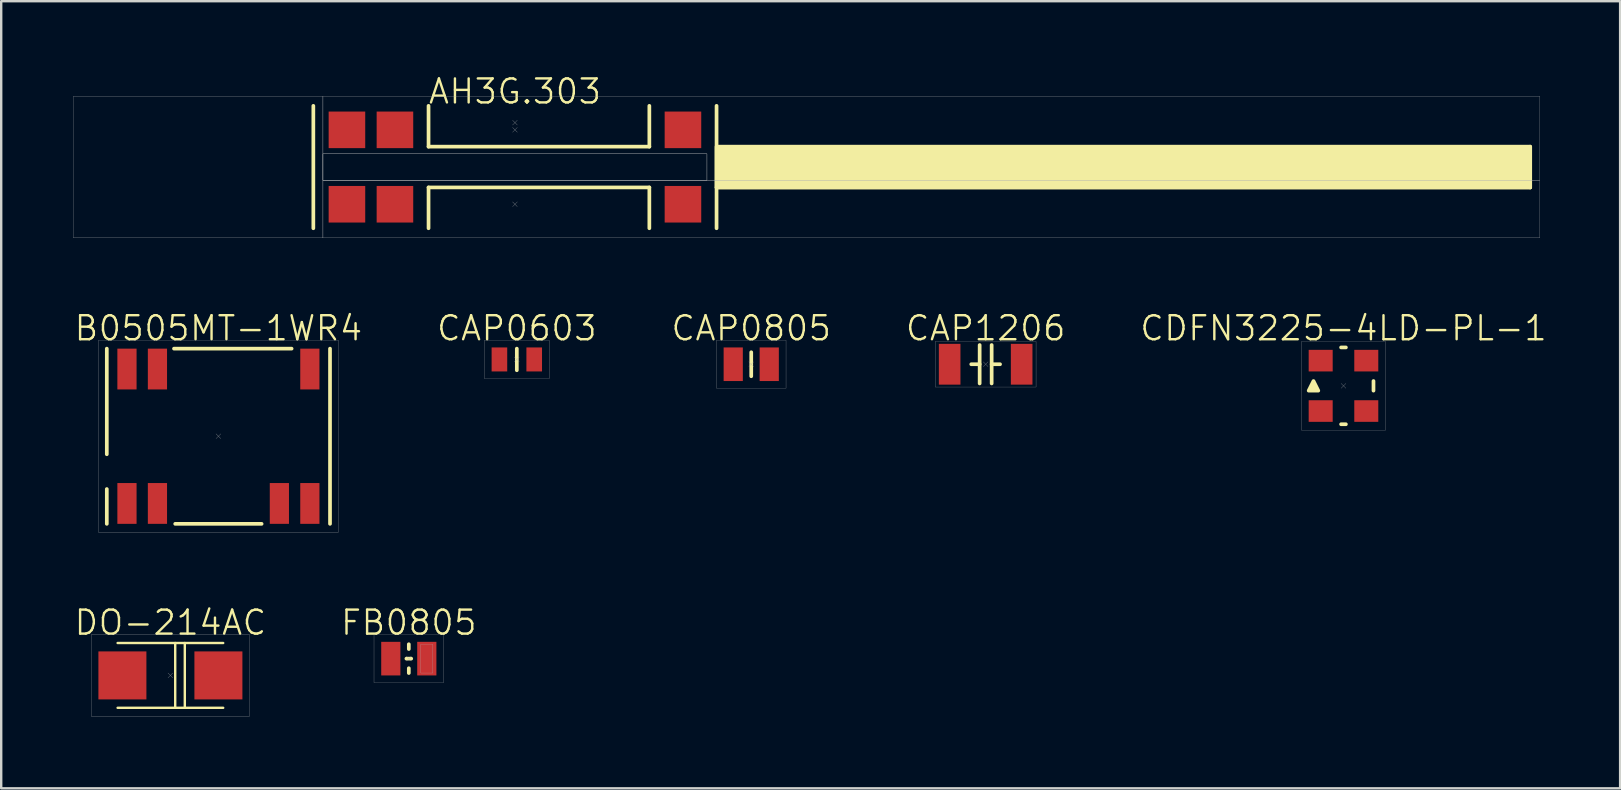
<source format=kicad_pcb>
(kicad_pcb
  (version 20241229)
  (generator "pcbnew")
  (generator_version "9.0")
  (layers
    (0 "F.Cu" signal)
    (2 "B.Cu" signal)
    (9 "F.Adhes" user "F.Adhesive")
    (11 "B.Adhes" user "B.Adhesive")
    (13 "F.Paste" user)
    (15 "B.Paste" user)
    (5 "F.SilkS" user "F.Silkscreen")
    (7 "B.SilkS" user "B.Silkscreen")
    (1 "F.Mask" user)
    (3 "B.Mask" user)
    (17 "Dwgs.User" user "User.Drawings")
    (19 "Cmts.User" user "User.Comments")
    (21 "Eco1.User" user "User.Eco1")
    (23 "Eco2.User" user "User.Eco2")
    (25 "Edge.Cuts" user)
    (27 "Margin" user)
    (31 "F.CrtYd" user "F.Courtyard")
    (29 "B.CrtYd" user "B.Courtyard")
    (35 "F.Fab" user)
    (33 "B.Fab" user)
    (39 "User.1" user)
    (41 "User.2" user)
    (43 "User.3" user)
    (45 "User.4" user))
  (footprint "DO-214AC"
    (layer "F.Cu")
    (at 4.05 25.091)
    (property "Reference" "DO-214AC" (at 0 -2.2 0) (unlocked yes) (layer "F.SilkS") (effects (font (size 1 1) (thickness 0.1))))
    (attr smd)
    (fp_line (start -2.2 -1.35) (end 2.2 -1.35) (stroke (width 0.1) (type default)) (layer "F.SilkS"))
    (fp_line (start -2.2 1.35) (end 2.2 1.35) (stroke (width 0.1) (type default)) (layer "F.SilkS"))
    (fp_line (start 0.2 -1.35) (end 0.2 1.35) (stroke (width 0.1) (type default)) (layer "F.SilkS"))
    (fp_line (start 0.6 -1.35) (end 0.6 1.35) (stroke (width 0.1) (type default)) (layer "F.SilkS"))
    (fp_line (start -0.1 -0.1) (end 0.1 0.1) (stroke (width 0.01) (type default)) (layer "F.Fab"))
    (fp_line (start 0.1 -0.1) (end -0.1 0.1) (stroke (width 0.01) (type default)) (layer "F.Fab"))
    (fp_rect (start -3.3 -1.7) (end 3.3 1.7) (stroke (width 0.01) (type default)) (fill no) (layer "F.Fab"))
    (pad "A" smd rect (at -2 0) (size 2 2) (layers "F.Cu" "F.Mask" "F.Paste"))
    (pad "K" smd rect (at 2 0) (size 2 2) (layers "F.Cu" "F.Mask" "F.Paste")))
  (footprint "CAP1206"
    (layer "F.Cu")
    (at 38.017 12.126)
    (property "Reference" "CAP1206" (at 0 -1.5 0) (unlocked yes) (layer "F.SilkS") (effects (font (size 1 1) (thickness 0.1))))
    (attr smd)
    (fp_line (start -0.6 0) (end -0.25 0) (stroke (width 0.154) (type default)) (layer "F.SilkS"))
    (fp_line (start -0.25 0.8) (end -0.25 -0.8) (stroke (width 0.154) (type default)) (layer "F.SilkS"))
    (fp_line (start 0.25 -0.8) (end 0.25 0.8) (stroke (width 0.154) (type default)) (layer "F.SilkS"))
    (fp_line (start 0.25 0) (end 0.6 0) (stroke (width 0.154) (type default)) (layer "F.SilkS"))
    (fp_line (start -0.1 -0.1) (end 0.1 0.1) (stroke (width 0.01) (type default)) (layer "F.Fab"))
    (fp_line (start 0.1 -0.1) (end -0.1 0.1) (stroke (width 0.01) (type default)) (layer "F.Fab"))
    (fp_rect (start -2.1 -0.95) (end 2.1 0.95) (stroke (width 0.01) (type default)) (fill no) (layer "F.Fab"))
    (pad "1" smd rect (at -1.5 0) (size 0.9 1.7) (layers "F.Cu" "F.Mask" "F.Paste"))
    (pad "2" smd rect (at 1.5 0) (size 0.9 1.7) (layers "F.Cu" "F.Mask" "F.Paste")))
  (footprint "B0505MT-1WR4"
    (layer "F.Cu")
    (at 6.05 15.126)
    (property "Reference" "B0505MT-1WR4" (at 0 -4.5 0) (unlocked yes) (layer "F.SilkS") (effects (font (size 1 1) (thickness 0.1))))
    (attr through_hole)
    (fp_line (start -4.65 -3.65) (end -4.65 0.75) (stroke (width 0.154) (type default)) (layer "F.SilkS"))
    (fp_line (start -4.65 2.2) (end -4.65 3.65) (stroke (width 0.154) (type default)) (layer "F.SilkS"))
    (fp_line (start -1.85 -3.65) (end 3.05 -3.65) (stroke (width 0.154) (type default)) (layer "F.SilkS"))
    (fp_line (start -1.8 3.65) (end 1.8 3.65) (stroke (width 0.154) (type default)) (layer "F.SilkS"))
    (fp_line (start 4.65 -3.65) (end 4.65 3.65) (stroke (width 0.154) (type default)) (layer "F.SilkS"))
    (fp_line (start -0.1 -0.1) (end 0.1 0.1) (stroke (width 0.01) (type default)) (layer "F.Fab"))
    (fp_line (start 0.1 -0.1) (end -0.1 0.1) (stroke (width 0.01) (type default)) (layer "F.Fab"))
    (fp_rect (start -5 -4) (end 5 4) (stroke (width 0.01) (type default)) (fill no) (layer "F.Fab"))
    (pad "1" smd rect (at -3.81 2.8) (size 0.8 1.7) (layers "F.Cu" "F.Mask" "F.Paste"))
    (pad "2" smd rect (at -2.54 2.8) (size 0.8 1.7) (layers "F.Cu" "F.Mask" "F.Paste"))
    (pad "6" smd rect (at 2.54 2.8) (size 0.8 1.7) (layers "F.Cu" "F.Mask" "F.Paste"))
    (pad "7" smd rect (at 3.81 2.8) (size 0.8 1.7) (layers "F.Cu" "F.Mask" "F.Paste"))
    (pad "8" smd rect (at 3.81 -2.8) (size 0.8 1.7) (layers "F.Cu" "F.Mask" "F.Paste"))
    (pad "13" smd rect (at -2.54 -2.8) (size 0.8 1.7) (layers "F.Cu" "F.Mask" "F.Paste"))
    (pad "14" smd rect (at -3.81 -2.8) (size 0.8 1.7) (layers "F.Cu" "F.Mask" "F.Paste")))
  (footprint "CAP0603"
    (layer "F.Cu")
    (at 18.483 11.926)
    (property "Reference" "CAP0603" (at 0 -1.3 0) (unlocked yes) (layer "F.SilkS") (effects (font (size 1 1) (thickness 0.1))))
    (attr smd)
    (fp_line (start 0 -0.45) (end 0 0.45) (stroke (width 0.154) (type default)) (layer "F.SilkS"))
    (fp_line (start -0.1 -0.1) (end 0.1 0.1) (stroke (width 0.01) (type default)) (layer "F.Fab"))
    (fp_line (start 0.1 -0.1) (end -0.1 0.1) (stroke (width 0.01) (type default)) (layer "F.Fab"))
    (fp_rect (start -1.35 -0.8) (end 1.35 0.8) (stroke (width 0.01) (type default)) (fill no) (layer "F.Fab"))
    (pad "1" smd rect (at -0.725 0 180) (size 0.65 1) (layers "F.Cu" "F.Mask" "F.Paste"))
    (pad "2" smd rect (at 0.725 0 180) (size 0.65 1) (layers "F.Cu" "F.Mask" "F.Paste")))
  (footprint "CDFN3225-4LD-PL-1"
    (layer "F.Cu")
    (at 52.926 13.026)
    (property "Reference" "CDFN3225-4LD-PL-1" (at 0 -2.4 0) (unlocked yes) (layer "F.SilkS") (effects (font (size 1 1) (thickness 0.1))))
    (attr smd)
    (fp_line (start -0.1 -1.6) (end 0.1 -1.6) (stroke (width 0.154) (type default)) (layer "F.SilkS"))
    (fp_line (start -0.1 1.6) (end 0.1 1.6) (stroke (width 0.154) (type default)) (layer "F.SilkS"))
    (fp_line (start 1.25 -0.2) (end 1.25 0.2) (stroke (width 0.154) (type default)) (layer "F.SilkS"))
    (fp_poly (pts (xy -1.25 -0.2) (xy -1.45 0.2) (xy -1.05 0.2)) (stroke (width 0.154) (type solid)) (fill yes) (layer "F.SilkS"))
    (fp_line (start -0.1 -0.1) (end 0.1 0.1) (stroke (width 0.01) (type default)) (layer "F.Fab"))
    (fp_line (start 0.1 -0.1) (end -0.1 0.1) (stroke (width 0.01) (type default)) (layer "F.Fab"))
    (fp_rect (start -1.75 -1.85) (end 1.75 1.85) (stroke (width 0.01) (type default)) (fill no) (layer "F.Fab"))
    (pad "1" smd rect (at -0.95 -1.05) (size 1 0.9) (layers "F.Cu" "F.Mask" "F.Paste"))
    (pad "2" smd rect (at -0.95 1.05) (size 1 0.9) (layers "F.Cu" "F.Mask" "F.Paste"))
    (pad "3" smd rect (at 0.95 1.05) (size 1 0.9) (layers "F.Cu" "F.Mask" "F.Paste"))
    (pad "4" smd rect (at 0.95 -1.05) (size 1 0.9) (layers "F.Cu" "F.Mask" "F.Paste")))
  (footprint "CAP0805"
    (layer "F.Cu")
    (at 28.25 12.126)
    (property "Reference" "CAP0805" (at 0 -1.5 0) (unlocked yes) (layer "F.SilkS") (effects (font (size 1 1) (thickness 0.1))))
    (attr smd)
    (fp_line (start 0 0.5) (end 0 -0.5) (stroke (width 0.154) (type default)) (layer "F.SilkS"))
    (fp_line (start -0.1 -0.1) (end 0.1 0.1) (stroke (width 0.01) (type default)) (layer "F.Fab"))
    (fp_line (start 0.1 -0.1) (end -0.1 0.1) (stroke (width 0.01) (type default)) (layer "F.Fab"))
    (fp_rect (start -1.45 -1) (end 1.45 1) (stroke (width 0.01) (type default)) (fill no) (layer "F.Fab"))
    (pad "1" smd rect (at -0.75 0) (size 0.8 1.4) (layers "F.Cu" "F.Mask" "F.Paste"))
    (pad "2" smd rect (at 0.75 0) (size 0.8 1.4) (layers "F.Cu" "F.Mask" "F.Paste")))
  (footprint "AH3G.303"
    (layer "F.Cu")
    (at 18.405 5.46)
    (property "Reference" "AH3G.303" (at 0 -4.7 0) (unlocked yes) (layer "F.SilkS") (effects (font (size 1 1) (thickness 0.1))))
    (attr through_hole)
    (fp_line (start -8.4 -4.1) (end -8.4 1) (stroke (width 0.154) (type default)) (layer "F.SilkS"))
    (fp_line (start -3.6 -4.1) (end -3.6 -2.4) (stroke (width 0.154) (type default)) (layer "F.SilkS"))
    (fp_line (start -3.6 -2.4) (end 5.6 -2.4) (stroke (width 0.154) (type default)) (layer "F.SilkS"))
    (fp_line (start -3.6 -0.7) (end -3.6 1) (stroke (width 0.154) (type default)) (layer "F.SilkS"))
    (fp_line (start -3.6 -0.7) (end 5.6 -0.7) (stroke (width 0.154) (type default)) (layer "F.SilkS"))
    (fp_line (start 5.6 -4.1) (end 5.6 -2.4) (stroke (width 0.154) (type default)) (layer "F.SilkS"))
    (fp_line (start 5.6 -0.7) (end 5.6 1) (stroke (width 0.154) (type default)) (layer "F.SilkS"))
    (fp_line (start 8.4 -4.1) (end 8.4 1) (stroke (width 0.154) (type default)) (layer "F.SilkS"))
    (fp_line (start 8.4 -0.7) (end 42.3 -0.7) (stroke (width 0.154) (type default)) (layer "F.SilkS"))
    (fp_line (start 42.3 -2.4) (end 42.3 -0.7) (stroke (width 0.154) (type default)) (layer "F.SilkS"))
    (fp_rect (start 8.4 -2.4) (end 42.3 -0.7) (stroke (width 0.154) (type solid)) (fill yes) (layer "F.SilkS"))
    (fp_line (start -0.1 -3.5) (end 0.1 -3.3) (stroke (width 0.01) (type default)) (layer "F.Fab"))
    (fp_line (start -0.1 -3.2) (end 0.1 -3) (stroke (width 0.01) (type default)) (layer "F.Fab"))
    (fp_line (start -0.1 -0.1) (end 0.1 0.1) (stroke (width 0.01) (type default)) (layer "F.Fab"))
    (fp_line (start 0.1 -3.5) (end -0.1 -3.3) (stroke (width 0.01) (type default)) (layer "F.Fab"))
    (fp_line (start 0.1 -3.2) (end -0.1 -3) (stroke (width 0.01) (type default)) (layer "F.Fab"))
    (fp_line (start 0.1 -0.1) (end -0.1 0.1) (stroke (width 0.01) (type default)) (layer "F.Fab"))
    (fp_rect (start -18.4 -4.5) (end -8 1.4) (stroke (width 0.01) (type default)) (fill no) (layer "F.Fab"))
    (fp_rect (start -8 -4.5) (end 42.7 -1) (stroke (width 0.01) (type default)) (fill no) (layer "F.Fab"))
    (fp_rect (start -8 -2.1) (end 8 -1) (stroke (width 0.01) (type default)) (fill no) (layer "F.Fab"))
    (fp_rect (start -8 -2.1) (end 8 -1) (stroke (width 0.01) (type default)) (fill no) (layer "F.Fab"))
    (fp_rect (start -8 -1) (end 42.7 1.4) (stroke (width 0.01) (type default)) (fill no) (layer "F.Fab"))
    (pad "1" smd rect (at -7 -3.1) (size 1.524 1.524) (layers "F.Cu" "F.Mask" "F.Paste"))
    (pad "1" smd rect (at -7 0) (size 1.524 1.524) (layers "F.Cu" "F.Mask" "F.Paste"))
    (pad "2" smd rect (at -5 -3.1) (size 1.524 1.524) (layers "F.Cu" "F.Mask" "F.Paste"))
    (pad "2" smd rect (at -5 0) (size 1.524 1.524) (layers "F.Cu" "F.Mask" "F.Paste"))
    (pad "3" smd rect (at 7 -3.1) (size 1.524 1.524) (layers "F.Cu" "F.Mask" "F.Paste"))
    (pad "3" smd rect (at 7 0) (size 1.524 1.524) (layers "F.Cu" "F.Mask" "F.Paste")))
  (footprint "FB0805"
    (layer "F.Cu")
    (at 13.983 24.392)
    (property "Reference" "FB0805" (at 0 -1.5 0) (unlocked yes) (layer "F.SilkS") (effects (font (size 1 1) (thickness 0.1))))
    (attr smd)
    (fp_line (start -0.1 0) (end 0.1 0) (stroke (width 0.154) (type default)) (layer "F.SilkS"))
    (fp_line (start 0 -0.4) (end 0 -0.6) (stroke (width 0.154) (type default)) (layer "F.SilkS"))
    (fp_line (start 0 0.6) (end 0 0.4) (stroke (width 0.154) (type default)) (layer "F.SilkS"))
    (fp_line (start -0.1 -0.1) (end 0.1 0.1) (stroke (width 0.01) (type default)) (layer "F.Fab"))
    (fp_line (start 0.1 -0.1) (end -0.1 0.1) (stroke (width 0.01) (type default)) (layer "F.Fab"))
    (fp_rect (start -1.45 -1) (end 1.45 1) (stroke (width 0.01) (type default)) (fill no) (layer "F.Fab"))
    (fp_rect (start 0.5 -0.6) (end 1 0.6) (stroke (width 0.01) (type default)) (fill no) (layer "F.Fab"))
    (pad "1" smd rect (at -0.75 0) (size 0.8 1.4) (layers "F.Cu" "F.Mask" "F.Paste"))
    (pad "2" smd rect (at 0.75 0) (size 0.8 1.4) (layers "F.Cu" "F.Mask" "F.Paste")))
  (gr_rect
    (start -3 -3)
    (end 64.452 29.797)
    (stroke (width 0.1) (type default))
    (fill no)
    (layer "Edge.Cuts")))
</source>
